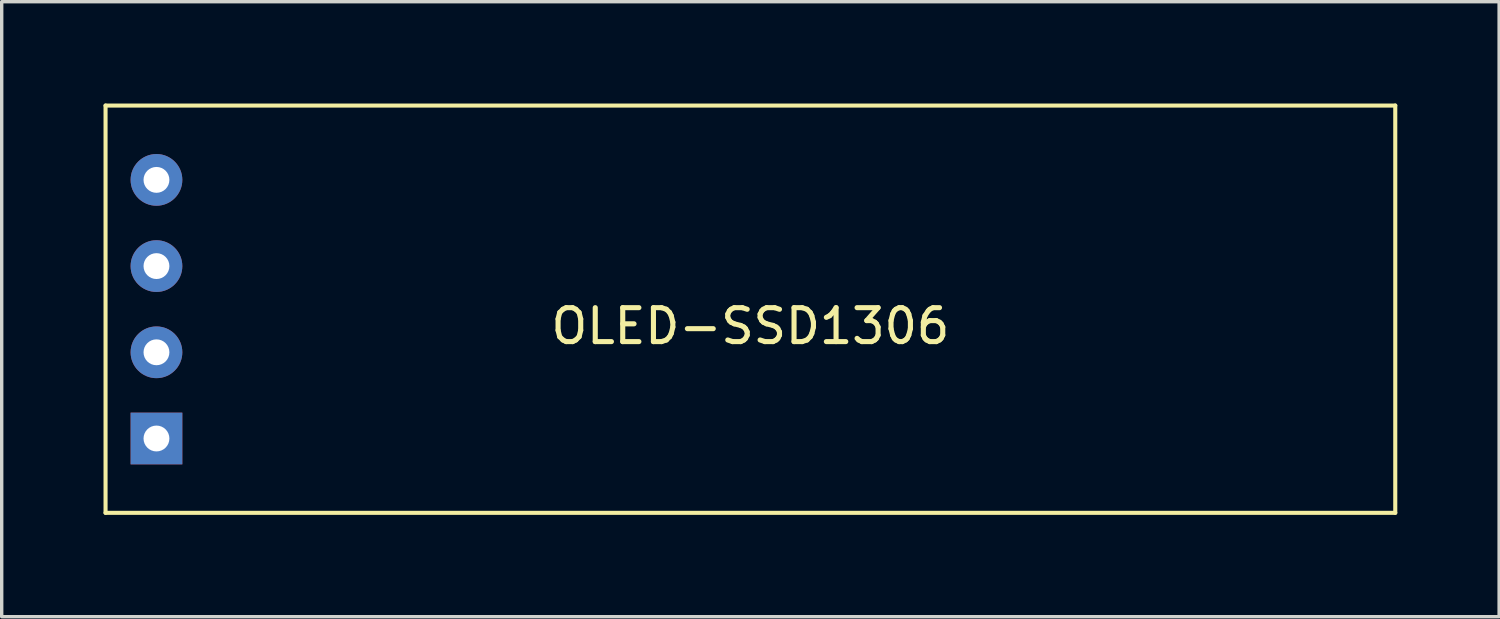
<source format=kicad_pcb>
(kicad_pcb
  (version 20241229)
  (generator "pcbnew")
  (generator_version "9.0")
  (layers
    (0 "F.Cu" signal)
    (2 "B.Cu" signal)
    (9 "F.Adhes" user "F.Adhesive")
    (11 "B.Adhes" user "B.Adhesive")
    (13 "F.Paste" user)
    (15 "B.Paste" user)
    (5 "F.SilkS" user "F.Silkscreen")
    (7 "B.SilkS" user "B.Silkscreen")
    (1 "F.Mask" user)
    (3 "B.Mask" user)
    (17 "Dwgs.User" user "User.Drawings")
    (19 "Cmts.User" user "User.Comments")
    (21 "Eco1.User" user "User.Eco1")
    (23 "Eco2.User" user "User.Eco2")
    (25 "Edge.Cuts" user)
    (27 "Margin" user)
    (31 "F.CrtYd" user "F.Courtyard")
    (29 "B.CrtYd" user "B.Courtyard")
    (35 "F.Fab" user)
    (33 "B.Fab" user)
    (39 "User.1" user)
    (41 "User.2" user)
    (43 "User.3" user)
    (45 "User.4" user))
  (footprint "OLED-SSD1306"
    (layer "F.Cu")
    (at 19.06 6.06)
    (property "Reference" "OLED-SSD1306" (at 0 0.5 0) (layer "F.SilkS") (effects (font (size 1 1) (thickness 0.15))))
    (attr through_hole)
    (fp_line (start -19 -6) (end 19 -6) (stroke (width 0.12) (type solid)) (layer "F.SilkS"))
    (fp_line (start -19 6) (end -19 -6) (stroke (width 0.12) (type solid)) (layer "F.SilkS"))
    (fp_line (start 19 -6) (end 19 6) (stroke (width 0.12) (type solid)) (layer "F.SilkS"))
    (fp_line (start 19 6) (end -19 6) (stroke (width 0.12) (type solid)) (layer "F.SilkS"))
    (pad "1" thru_hole circle (at -17.5 -3.81) (size 1.524 1.524) (drill 0.762) (layers "*.Cu" "*.Mask"))
    (pad "2" thru_hole circle (at -17.5 -1.27) (size 1.524 1.524) (drill 0.762) (layers "*.Cu" "*.Mask"))
    (pad "3" thru_hole circle (at -17.5 1.27) (size 1.524 1.524) (drill 0.762) (layers "*.Cu" "*.Mask"))
    (pad "4" thru_hole rect (at -17.5 3.81) (size 1.524 1.524) (drill 0.762) (layers "*.Cu" "*.Mask")))
  (gr_rect
    (start -3 -3)
    (end 41.12 15.12)
    (stroke (width 0.1) (type default))
    (fill no)
    (layer "Edge.Cuts")))
</source>
